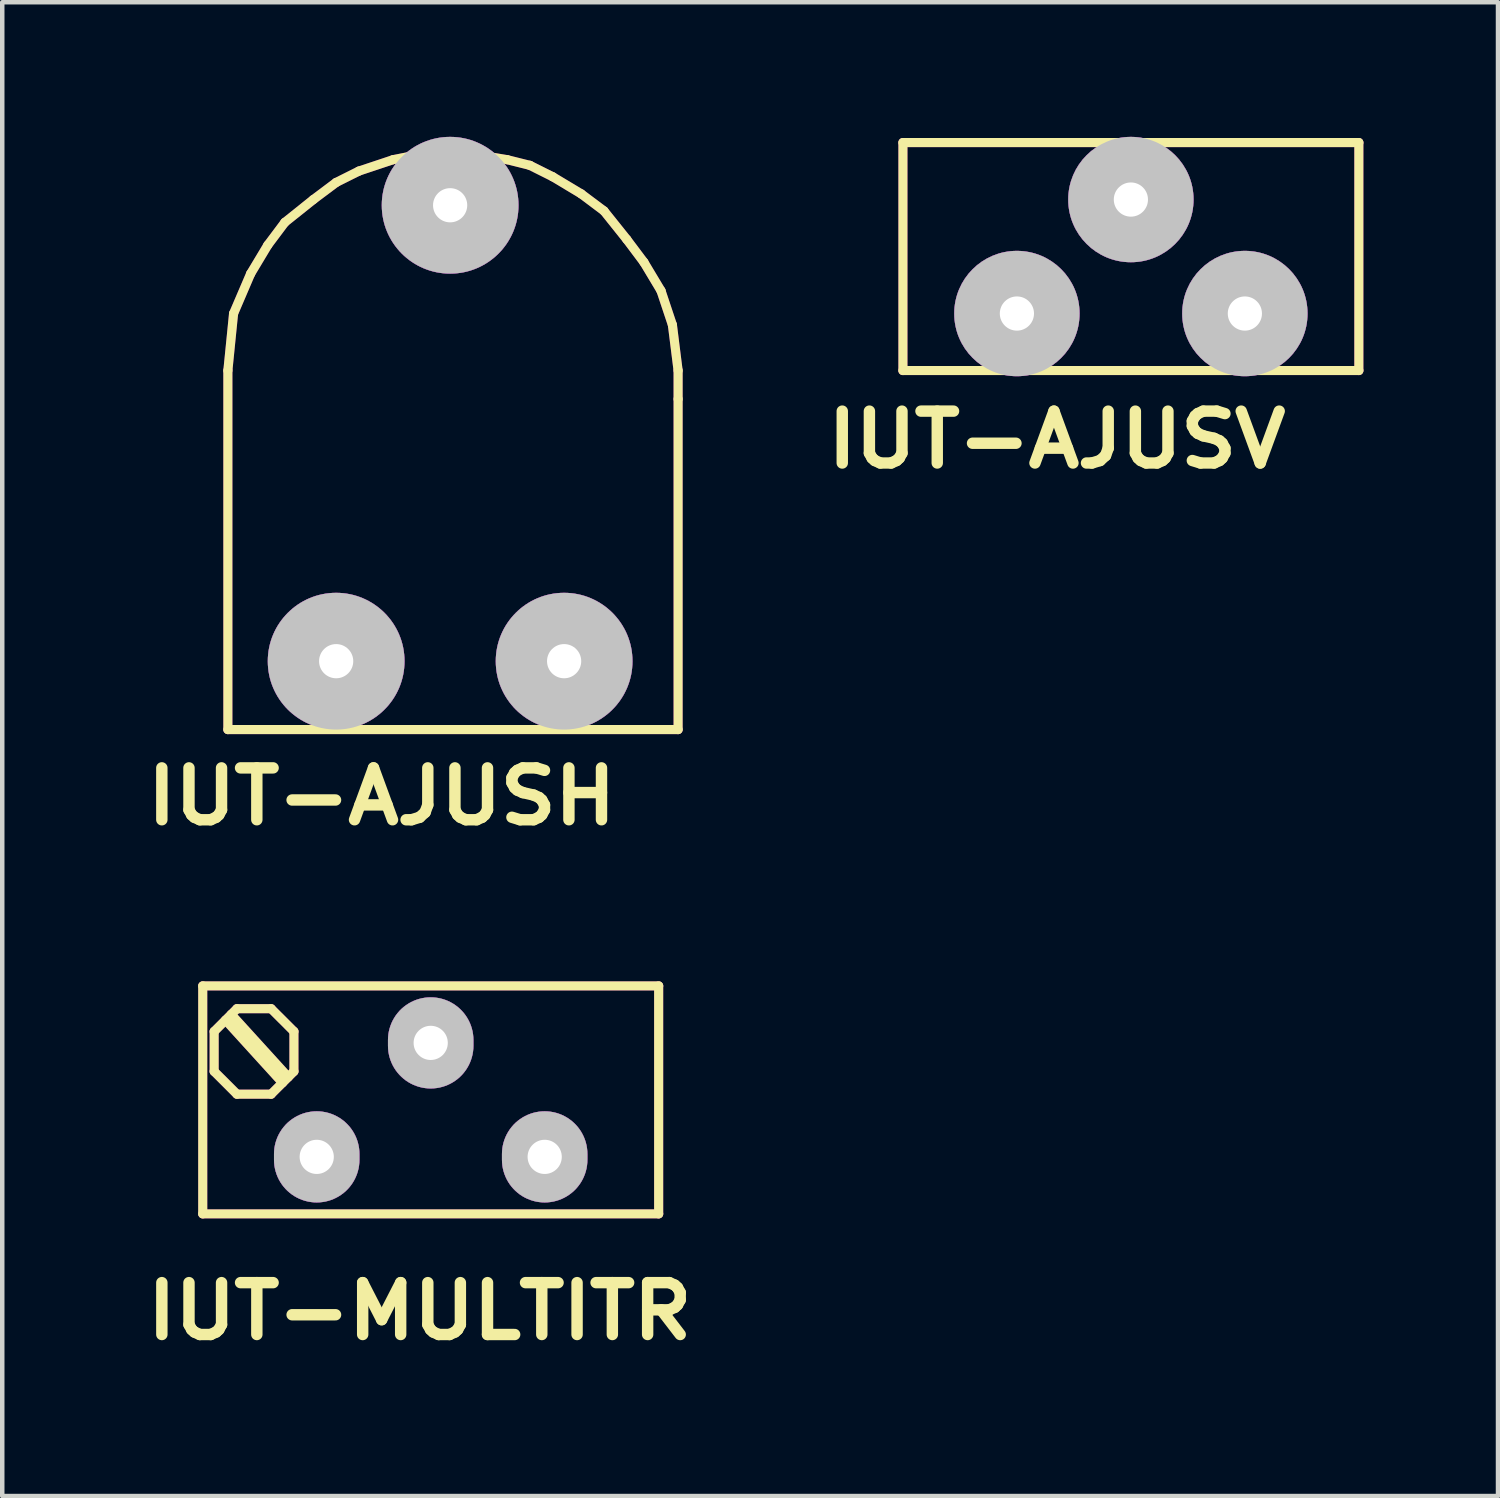
<source format=kicad_pcb>
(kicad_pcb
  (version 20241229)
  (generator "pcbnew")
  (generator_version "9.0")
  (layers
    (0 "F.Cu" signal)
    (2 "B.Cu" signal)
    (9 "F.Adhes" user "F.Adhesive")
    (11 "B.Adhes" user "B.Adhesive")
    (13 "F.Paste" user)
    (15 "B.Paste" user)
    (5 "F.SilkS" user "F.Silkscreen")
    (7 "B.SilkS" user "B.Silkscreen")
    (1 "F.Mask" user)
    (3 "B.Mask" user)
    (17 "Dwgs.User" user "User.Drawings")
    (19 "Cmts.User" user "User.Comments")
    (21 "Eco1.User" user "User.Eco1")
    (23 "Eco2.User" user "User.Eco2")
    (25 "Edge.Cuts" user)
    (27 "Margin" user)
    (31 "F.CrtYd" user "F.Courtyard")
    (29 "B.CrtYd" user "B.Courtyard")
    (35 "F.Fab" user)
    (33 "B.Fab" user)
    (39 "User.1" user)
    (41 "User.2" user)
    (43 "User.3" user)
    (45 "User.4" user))
  (footprint "IUT-MULTITR"
    (layer "F.Cu")
    (at 4.008 24)
    (property "Reference" "IUT-MULTITR" (at 2.294 2.167 0) (layer "F.SilkS") (effects (font (size 1.156 1.27) (thickness 0.254))))
    (attr through_hole)
    (fp_line (start -2.54 -5.08) (end -2.54 0) (stroke (width 0.203) (type solid)) (layer "F.SilkS"))
    (fp_line (start -2.54 0) (end 7.62 0) (stroke (width 0.203) (type solid)) (layer "F.SilkS"))
    (fp_line (start -2.286 -4.064) (end -2.286 -3.175) (stroke (width 0.203) (type solid)) (layer "F.SilkS"))
    (fp_line (start -2.286 -3.175) (end -1.778 -2.667) (stroke (width 0.203) (type solid)) (layer "F.SilkS"))
    (fp_line (start -1.905 -4.445) (end -0.635 -3.048) (stroke (width 0.203) (type solid)) (layer "F.SilkS"))
    (fp_line (start -1.778 -4.572) (end -2.286 -4.064) (stroke (width 0.203) (type solid)) (layer "F.SilkS"))
    (fp_line (start -1.778 -2.667) (end -1.016 -2.667) (stroke (width 0.203) (type solid)) (layer "F.SilkS"))
    (fp_line (start -1.016 -4.572) (end -1.778 -4.572) (stroke (width 0.203) (type solid)) (layer "F.SilkS"))
    (fp_line (start -1.016 -2.667) (end -0.508 -3.175) (stroke (width 0.203) (type solid)) (layer "F.SilkS"))
    (fp_line (start -0.762 -2.921) (end -2.032 -4.318) (stroke (width 0.203) (type solid)) (layer "F.SilkS"))
    (fp_line (start -0.508 -4.064) (end -1.016 -4.572) (stroke (width 0.203) (type solid)) (layer "F.SilkS"))
    (fp_line (start -0.508 -3.175) (end -0.508 -4.064) (stroke (width 0.203) (type solid)) (layer "F.SilkS"))
    (fp_line (start 7.62 -5.08) (end -2.54 -5.08) (stroke (width 0.203) (type solid)) (layer "F.SilkS"))
    (fp_line (start 7.62 0) (end 7.62 -5.08) (stroke (width 0.203) (type solid)) (layer "F.SilkS"))
    (fp_line (start -2.54 -5.08) (end -2.54 0) (stroke (width 0.203) (type solid)) (layer "F.Adhes"))
    (fp_line (start -2.54 0) (end 7.62 0) (stroke (width 0.203) (type solid)) (layer "F.Adhes"))
    (fp_line (start -2.286 -4.064) (end -2.286 -3.175) (stroke (width 0.203) (type solid)) (layer "F.Adhes"))
    (fp_line (start -2.286 -3.175) (end -1.778 -2.667) (stroke (width 0.203) (type solid)) (layer "F.Adhes"))
    (fp_line (start -1.905 -4.445) (end -0.635 -3.048) (stroke (width 0.203) (type solid)) (layer "F.Adhes"))
    (fp_line (start -1.778 -4.572) (end -2.286 -4.064) (stroke (width 0.203) (type solid)) (layer "F.Adhes"))
    (fp_line (start -1.778 -2.667) (end -1.016 -2.667) (stroke (width 0.203) (type solid)) (layer "F.Adhes"))
    (fp_line (start -1.016 -4.572) (end -1.778 -4.572) (stroke (width 0.203) (type solid)) (layer "F.Adhes"))
    (fp_line (start -1.016 -2.667) (end -0.508 -3.175) (stroke (width 0.203) (type solid)) (layer "F.Adhes"))
    (fp_line (start -0.762 -2.921) (end -2.032 -4.318) (stroke (width 0.203) (type solid)) (layer "F.Adhes"))
    (fp_line (start -0.508 -4.064) (end -1.016 -4.572) (stroke (width 0.203) (type solid)) (layer "F.Adhes"))
    (fp_line (start -0.508 -3.175) (end -0.508 -4.064) (stroke (width 0.203) (type solid)) (layer "F.Adhes"))
    (fp_line (start 7.62 -5.08) (end -2.54 -5.08) (stroke (width 0.203) (type solid)) (layer "F.Adhes"))
    (fp_line (start 7.62 0) (end 7.62 -5.08) (stroke (width 0.203) (type solid)) (layer "F.Adhes"))
    (pad "1" thru_hole oval (at 0 -1.27 90) (size 2.032 1.905) (drill 0.762) (layers "*.Adhes" "*.Mask" "B.Cu" "Dwgs.User" "Eco1.User" "Eco2.User"))
    (pad "2" thru_hole oval (at 2.54 -3.81 90) (size 2.032 1.905) (drill 0.762) (layers "*.Adhes" "*.Mask" "B.Cu" "Dwgs.User" "Eco1.User" "Eco2.User"))
    (pad "3" thru_hole oval (at 5.08 -1.27 90) (size 2.032 1.905) (drill 0.762) (layers "*.Adhes" "*.Mask" "B.Cu" "Dwgs.User" "Eco1.User" "Eco2.User")))
  (footprint "IUT-AJUSH"
    (layer "F.Cu")
    (at 4.441 11.684)
    (property "Reference" "IUT-AJUSH" (at 1.014 3.012 0) (layer "F.SilkS") (effects (font (size 1.156 1.27) (thickness 0.254))))
    (attr through_hole)
    (fp_line (start -2.413 -6.477) (end -2.286 -7.747) (stroke (width 0.203) (type solid)) (layer "F.SilkS"))
    (fp_line (start -2.413 1.524) (end -2.413 -6.477) (stroke (width 0.203) (type solid)) (layer "F.SilkS"))
    (fp_line (start -2.286 -7.747) (end -1.905 -8.636) (stroke (width 0.203) (type solid)) (layer "F.SilkS"))
    (fp_line (start -1.905 -8.636) (end -1.524 -9.271) (stroke (width 0.203) (type solid)) (layer "F.SilkS"))
    (fp_line (start -1.524 -9.271) (end -1.143 -9.779) (stroke (width 0.203) (type solid)) (layer "F.SilkS"))
    (fp_line (start -1.143 -9.779) (end -0.508 -10.287) (stroke (width 0.203) (type solid)) (layer "F.SilkS"))
    (fp_line (start -0.508 -10.287) (end 0 -10.668) (stroke (width 0.203) (type solid)) (layer "F.SilkS"))
    (fp_line (start 0 -10.668) (end 0.508 -10.922) (stroke (width 0.203) (type solid)) (layer "F.SilkS"))
    (fp_line (start 0.508 -10.922) (end 1.27 -11.176) (stroke (width 0.203) (type solid)) (layer "F.SilkS"))
    (fp_line (start 1.27 -11.176) (end 1.905 -11.303) (stroke (width 0.203) (type solid)) (layer "F.SilkS"))
    (fp_line (start 1.905 -11.303) (end 2.159 -11.303) (stroke (width 0.203) (type solid)) (layer "F.SilkS"))
    (fp_line (start 2.159 -11.303) (end 3.048 -11.303) (stroke (width 0.203) (type solid)) (layer "F.SilkS"))
    (fp_line (start 3.048 -11.303) (end 3.81 -11.176) (stroke (width 0.203) (type solid)) (layer "F.SilkS"))
    (fp_line (start 3.81 -11.176) (end 4.318 -11.049) (stroke (width 0.203) (type solid)) (layer "F.SilkS"))
    (fp_line (start 4.318 -11.049) (end 4.826 -10.795) (stroke (width 0.203) (type solid)) (layer "F.SilkS"))
    (fp_line (start 4.826 -10.795) (end 5.461 -10.414) (stroke (width 0.203) (type solid)) (layer "F.SilkS"))
    (fp_line (start 5.461 -10.414) (end 5.969 -10.033) (stroke (width 0.203) (type solid)) (layer "F.SilkS"))
    (fp_line (start 5.969 -10.033) (end 6.477 -9.398) (stroke (width 0.203) (type solid)) (layer "F.SilkS"))
    (fp_line (start 6.477 -9.398) (end 6.858 -8.89) (stroke (width 0.203) (type solid)) (layer "F.SilkS"))
    (fp_line (start 6.858 -8.89) (end 7.239 -8.255) (stroke (width 0.203) (type solid)) (layer "F.SilkS"))
    (fp_line (start 7.239 -8.255) (end 7.493 -7.493) (stroke (width 0.203) (type solid)) (layer "F.SilkS"))
    (fp_line (start 7.493 -7.493) (end 7.62 -6.477) (stroke (width 0.203) (type solid)) (layer "F.SilkS"))
    (fp_line (start 7.62 -6.477) (end 7.62 -5.842) (stroke (width 0.203) (type solid)) (layer "F.SilkS"))
    (fp_line (start 7.62 -5.842) (end 7.62 1.524) (stroke (width 0.203) (type solid)) (layer "F.SilkS"))
    (fp_line (start 7.62 1.524) (end -2.413 1.524) (stroke (width 0.203) (type solid)) (layer "F.SilkS"))
    (fp_line (start -2.413 -6.477) (end -2.286 -7.747) (stroke (width 0.203) (type solid)) (layer "F.Adhes"))
    (fp_line (start -2.413 1.524) (end -2.413 -6.477) (stroke (width 0.203) (type solid)) (layer "F.Adhes"))
    (fp_line (start -2.286 -7.747) (end -1.905 -8.636) (stroke (width 0.203) (type solid)) (layer "F.Adhes"))
    (fp_line (start -1.905 -8.636) (end -1.524 -9.271) (stroke (width 0.203) (type solid)) (layer "F.Adhes"))
    (fp_line (start -1.524 -9.271) (end -1.143 -9.779) (stroke (width 0.203) (type solid)) (layer "F.Adhes"))
    (fp_line (start -1.143 -9.779) (end -0.508 -10.287) (stroke (width 0.203) (type solid)) (layer "F.Adhes"))
    (fp_line (start -0.508 -10.287) (end 0 -10.668) (stroke (width 0.203) (type solid)) (layer "F.Adhes"))
    (fp_line (start 0 -10.668) (end 0.508 -10.922) (stroke (width 0.203) (type solid)) (layer "F.Adhes"))
    (fp_line (start 0.508 -10.922) (end 1.27 -11.176) (stroke (width 0.203) (type solid)) (layer "F.Adhes"))
    (fp_line (start 1.27 -11.176) (end 1.905 -11.303) (stroke (width 0.203) (type solid)) (layer "F.Adhes"))
    (fp_line (start 1.905 -11.303) (end 2.159 -11.303) (stroke (width 0.203) (type solid)) (layer "F.Adhes"))
    (fp_line (start 2.159 -11.303) (end 3.048 -11.303) (stroke (width 0.203) (type solid)) (layer "F.Adhes"))
    (fp_line (start 3.048 -11.303) (end 3.81 -11.176) (stroke (width 0.203) (type solid)) (layer "F.Adhes"))
    (fp_line (start 3.81 -11.176) (end 4.318 -11.049) (stroke (width 0.203) (type solid)) (layer "F.Adhes"))
    (fp_line (start 4.318 -11.049) (end 4.826 -10.795) (stroke (width 0.203) (type solid)) (layer "F.Adhes"))
    (fp_line (start 4.826 -10.795) (end 5.461 -10.414) (stroke (width 0.203) (type solid)) (layer "F.Adhes"))
    (fp_line (start 5.461 -10.414) (end 5.969 -10.033) (stroke (width 0.203) (type solid)) (layer "F.Adhes"))
    (fp_line (start 5.969 -10.033) (end 6.477 -9.398) (stroke (width 0.203) (type solid)) (layer "F.Adhes"))
    (fp_line (start 6.477 -9.398) (end 6.858 -8.89) (stroke (width 0.203) (type solid)) (layer "F.Adhes"))
    (fp_line (start 6.858 -8.89) (end 7.239 -8.255) (stroke (width 0.203) (type solid)) (layer "F.Adhes"))
    (fp_line (start 7.239 -8.255) (end 7.493 -7.493) (stroke (width 0.203) (type solid)) (layer "F.Adhes"))
    (fp_line (start 7.493 -7.493) (end 7.62 -6.477) (stroke (width 0.203) (type solid)) (layer "F.Adhes"))
    (fp_line (start 7.62 -6.477) (end 7.62 -5.842) (stroke (width 0.203) (type solid)) (layer "F.Adhes"))
    (fp_line (start 7.62 -5.842) (end 7.62 1.524) (stroke (width 0.203) (type solid)) (layer "F.Adhes"))
    (fp_line (start 7.62 1.524) (end -2.413 1.524) (stroke (width 0.203) (type solid)) (layer "F.Adhes"))
    (pad "1" thru_hole circle (at 0 0) (size 3.048 3.048) (drill 0.762) (layers "*.Adhes" "*.Mask" "B.Cu" "Dwgs.User" "Eco1.User" "Eco2.User"))
    (pad "2" thru_hole circle (at 2.54 -10.16) (size 3.048 3.048) (drill 0.762) (layers "*.Adhes" "*.Mask" "B.Cu" "Dwgs.User" "Eco1.User" "Eco2.User"))
    (pad "3" thru_hole circle (at 5.08 0) (size 3.048 3.048) (drill 0.762) (layers "*.Adhes" "*.Mask" "B.Cu" "Dwgs.User" "Eco1.User" "Eco2.User")))
  (footprint "IUT-AJUSV"
    (layer "F.Cu")
    (at 19.611 3.937)
    (property "Reference" "IUT-AJUSV" (at 0.886 2.809 0) (layer "F.SilkS") (effects (font (size 1.156 1.27) (thickness 0.254))))
    (attr through_hole)
    (fp_line (start -2.54 -3.81) (end -2.54 1.27) (stroke (width 0.203) (type solid)) (layer "F.SilkS"))
    (fp_line (start -2.54 1.27) (end 7.62 1.27) (stroke (width 0.203) (type solid)) (layer "F.SilkS"))
    (fp_line (start 7.62 -3.81) (end -2.54 -3.81) (stroke (width 0.203) (type solid)) (layer "F.SilkS"))
    (fp_line (start 7.62 1.27) (end 7.62 -3.81) (stroke (width 0.203) (type solid)) (layer "F.SilkS"))
    (fp_line (start -2.54 -3.81) (end -2.54 1.27) (stroke (width 0.203) (type solid)) (layer "F.Adhes"))
    (fp_line (start -2.54 1.27) (end 7.62 1.27) (stroke (width 0.203) (type solid)) (layer "F.Adhes"))
    (fp_line (start 7.62 -3.81) (end -2.54 -3.81) (stroke (width 0.203) (type solid)) (layer "F.Adhes"))
    (fp_line (start 7.62 1.27) (end 7.62 -3.81) (stroke (width 0.203) (type solid)) (layer "F.Adhes"))
    (pad "1" thru_hole circle (at 0 0) (size 2.794 2.794) (drill 0.762) (layers "*.Adhes" "*.Mask" "B.Cu" "Dwgs.User" "Eco1.User" "Eco2.User"))
    (pad "2" thru_hole circle (at 2.54 -2.54) (size 2.794 2.794) (drill 0.762) (layers "*.Adhes" "*.Mask" "B.Cu" "Dwgs.User" "Eco1.User" "Eco2.User"))
    (pad "3" thru_hole circle (at 5.08 0) (size 2.794 2.794) (drill 0.762) (layers "*.Adhes" "*.Mask" "B.Cu" "Dwgs.User" "Eco1.User" "Eco2.User")))
  (gr_rect
    (start -3 -3)
    (end 30.332 30.288)
    (stroke (width 0.1) (type default))
    (fill no)
    (layer "Edge.Cuts")))
</source>
